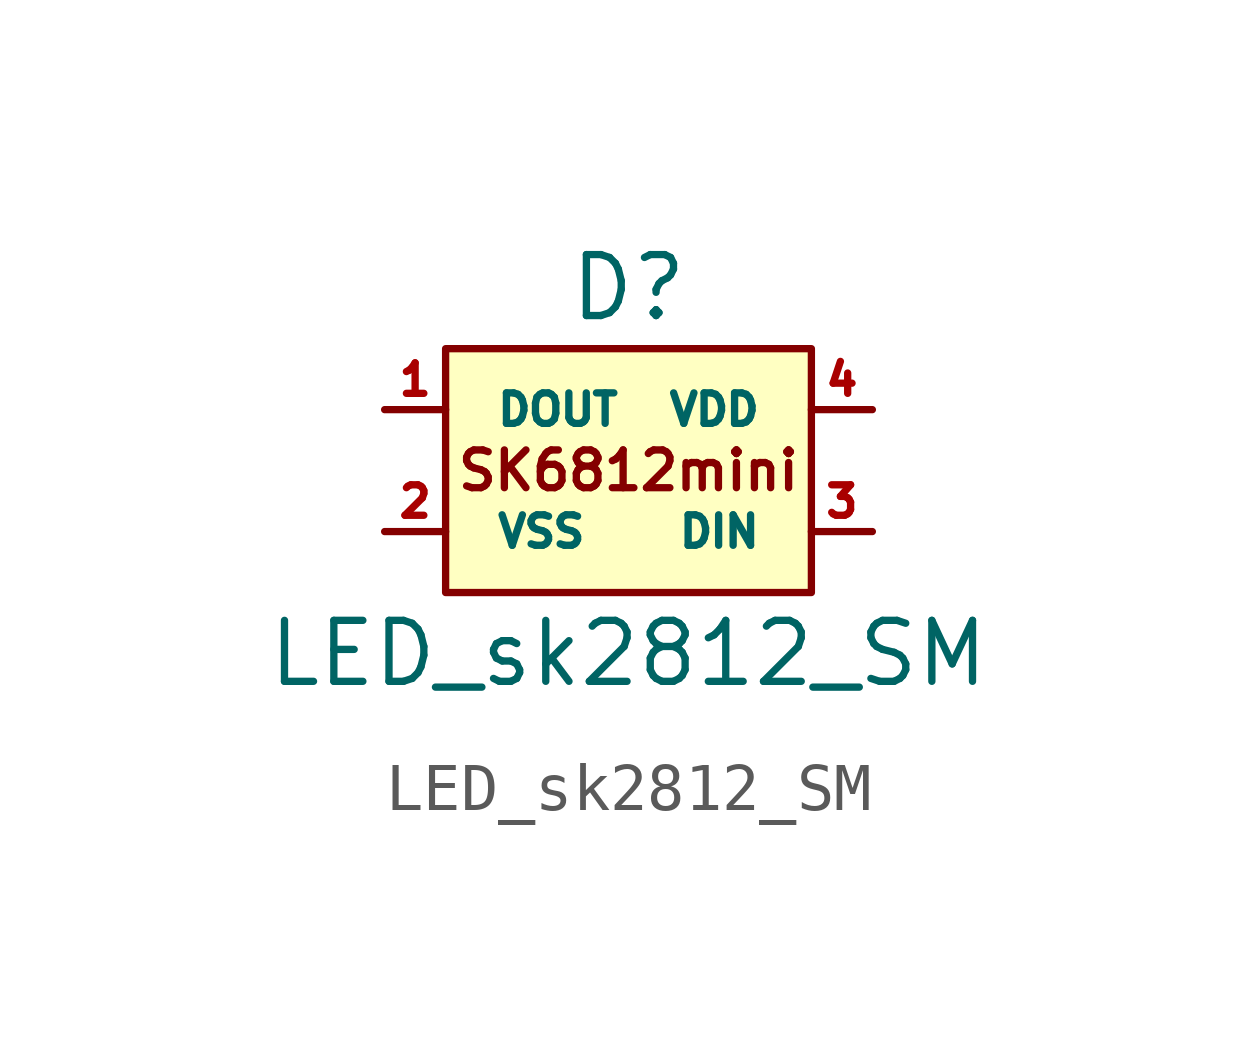
<source format=kicad_sym>
(kicad_symbol_lib
  (version 20241209)
  (generator "kicad_symbol_editor")
  (generator_version "8.99")
  (symbol "LED_sk2812_SM"
    (pin_names
      (offset 1.016))
    (property "Reference" "D"
      (at 0 3.81 0)
      (effects (font (size 1.27 1.27))))
    (property "Value" "LED_sk2812_SM"
      (at 0 -3.81 0)
      (effects (font (size 1.27 1.27))))
    (symbol "LED_sk2812_SM_1_1"
      (rectangle (start 3.81 -2.54) (end -3.81 2.54) (stroke (width 0) (type solid)) (fill (type background)))
      (text "SK6812mini" (at 0 0 0) (effects (font (size 0.787 0.787))))
      (pin output line (at -5.08 1.27 0) (length 1.27) (name "DOUT" (effects (font (size 0.635 0.635)))) (number "1" (effects (font (size 0.635 0.635)))))
      (pin power_in line (at -5.08 -1.27 0) (length 1.27) (name "VSS" (effects (font (size 0.635 0.635)))) (number "2" (effects (font (size 0.635 0.635)))))
      (pin power_in line (at 5.08 1.27 180) (length 1.27) (name "VDD" (effects (font (size 0.635 0.635)))) (number "4" (effects (font (size 0.635 0.635)))))
      (pin input line (at 5.08 -1.27 180) (length 1.27) (name "DIN" (effects (font (size 0.635 0.635)))) (number "3" (effects (font (size 0.635 0.635))))))))
</source>
